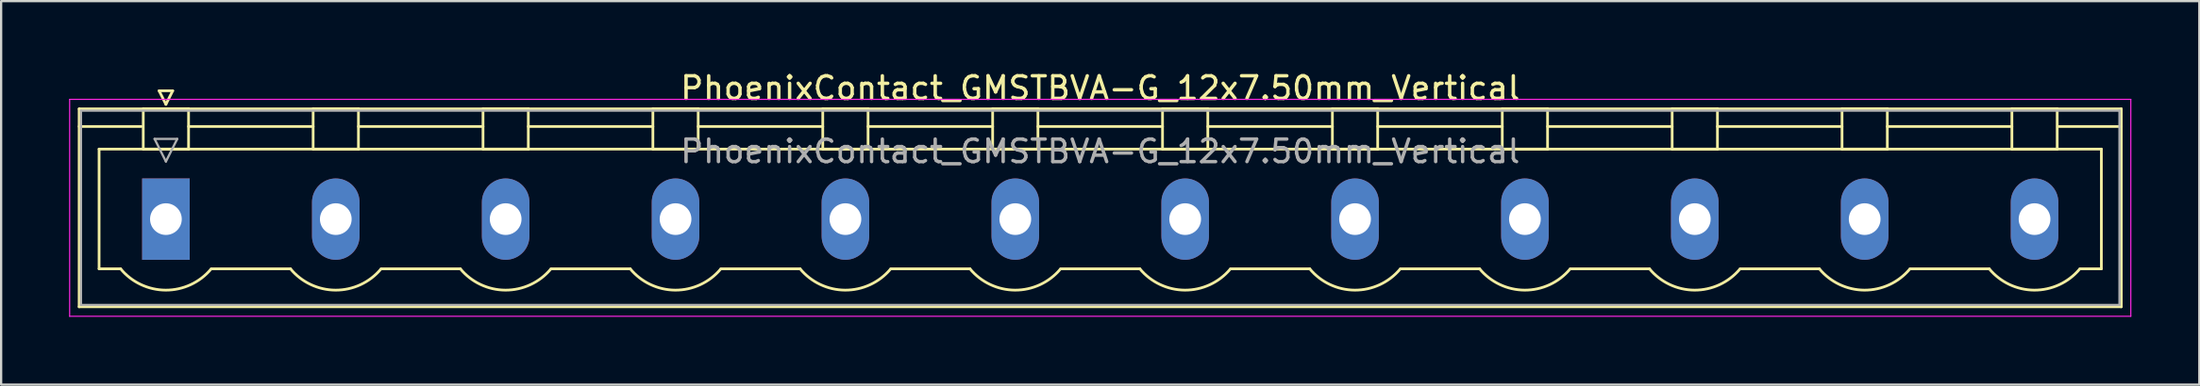
<source format=kicad_pcb>
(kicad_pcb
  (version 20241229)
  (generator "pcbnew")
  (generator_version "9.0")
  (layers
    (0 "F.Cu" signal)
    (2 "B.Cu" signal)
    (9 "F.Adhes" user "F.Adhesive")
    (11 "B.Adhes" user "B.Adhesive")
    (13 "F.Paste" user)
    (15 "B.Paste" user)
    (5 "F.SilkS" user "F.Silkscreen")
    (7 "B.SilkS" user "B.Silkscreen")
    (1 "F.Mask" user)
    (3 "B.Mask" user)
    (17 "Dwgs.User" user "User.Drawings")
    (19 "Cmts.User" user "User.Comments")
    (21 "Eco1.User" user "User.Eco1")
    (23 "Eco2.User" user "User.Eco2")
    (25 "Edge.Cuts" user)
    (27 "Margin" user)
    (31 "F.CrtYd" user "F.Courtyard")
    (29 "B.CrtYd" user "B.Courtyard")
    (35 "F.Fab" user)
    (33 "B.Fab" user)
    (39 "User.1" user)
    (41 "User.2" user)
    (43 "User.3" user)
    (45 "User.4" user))
  (footprint "PhoenixContact_GMSTBVA-G_12x7.50mm_Vertical"
    (layer "F.Cu")
    (at 4.275 6.648)
    (property "Reference" "PhoenixContact_GMSTBVA-G_12x7.50mm_Vertical" (at 41.25 -5.8 0) (layer "F.SilkS") (effects (font (size 1 1) (thickness 0.15))))
    (attr through_hole)
    (fp_line (start -3.83 -4.88) (end -3.83 3.88) (stroke (width 0.12) (type solid)) (layer "F.SilkS"))
    (fp_line (start -3.83 -4.1) (end -1.08 -4.1) (stroke (width 0.12) (type solid)) (layer "F.SilkS"))
    (fp_line (start -3.83 3.88) (end 86.33 3.88) (stroke (width 0.12) (type solid)) (layer "F.SilkS"))
    (fp_line (start -2.95 -3.1) (end 85.45 -3.1) (stroke (width 0.12) (type solid)) (layer "F.SilkS"))
    (fp_line (start -2.95 2.2) (end -2.95 -3.1) (stroke (width 0.12) (type solid)) (layer "F.SilkS"))
    (fp_line (start -2 2.2) (end -2.95 2.2) (stroke (width 0.12) (type solid)) (layer "F.SilkS"))
    (fp_line (start -1 -4.88) (end 1 -4.88) (stroke (width 0.12) (type solid)) (layer "F.SilkS"))
    (fp_line (start -1 -3.1) (end -1 -4.88) (stroke (width 0.12) (type solid)) (layer "F.SilkS"))
    (fp_line (start -0.3 -5.68) (end 0.3 -5.68) (stroke (width 0.12) (type solid)) (layer "F.SilkS"))
    (fp_line (start 0 -5.08) (end -0.3 -5.68) (stroke (width 0.12) (type solid)) (layer "F.SilkS"))
    (fp_line (start 0.3 -5.68) (end 0 -5.08) (stroke (width 0.12) (type solid)) (layer "F.SilkS"))
    (fp_line (start 1 -4.88) (end 1 -3.1) (stroke (width 0.12) (type solid)) (layer "F.SilkS"))
    (fp_line (start 1 -4.1) (end 6.5 -4.1) (stroke (width 0.12) (type solid)) (layer "F.SilkS"))
    (fp_line (start 1 -3.1) (end -1 -3.1) (stroke (width 0.12) (type solid)) (layer "F.SilkS"))
    (fp_line (start 2 2.2) (end 5.5 2.2) (stroke (width 0.12) (type solid)) (layer "F.SilkS"))
    (fp_line (start 6.5 -4.88) (end 8.5 -4.88) (stroke (width 0.12) (type solid)) (layer "F.SilkS"))
    (fp_line (start 6.5 -3.1) (end 6.5 -4.88) (stroke (width 0.12) (type solid)) (layer "F.SilkS"))
    (fp_line (start 8.5 -4.88) (end 8.5 -3.1) (stroke (width 0.12) (type solid)) (layer "F.SilkS"))
    (fp_line (start 8.5 -4.1) (end 14 -4.1) (stroke (width 0.12) (type solid)) (layer "F.SilkS"))
    (fp_line (start 8.5 -3.1) (end 6.5 -3.1) (stroke (width 0.12) (type solid)) (layer "F.SilkS"))
    (fp_line (start 9.5 2.2) (end 13 2.2) (stroke (width 0.12) (type solid)) (layer "F.SilkS"))
    (fp_line (start 14 -4.88) (end 16 -4.88) (stroke (width 0.12) (type solid)) (layer "F.SilkS"))
    (fp_line (start 14 -3.1) (end 14 -4.88) (stroke (width 0.12) (type solid)) (layer "F.SilkS"))
    (fp_line (start 16 -4.88) (end 16 -3.1) (stroke (width 0.12) (type solid)) (layer "F.SilkS"))
    (fp_line (start 16 -4.1) (end 21.5 -4.1) (stroke (width 0.12) (type solid)) (layer "F.SilkS"))
    (fp_line (start 16 -3.1) (end 14 -3.1) (stroke (width 0.12) (type solid)) (layer "F.SilkS"))
    (fp_line (start 17 2.2) (end 20.5 2.2) (stroke (width 0.12) (type solid)) (layer "F.SilkS"))
    (fp_line (start 21.5 -4.88) (end 23.5 -4.88) (stroke (width 0.12) (type solid)) (layer "F.SilkS"))
    (fp_line (start 21.5 -3.1) (end 21.5 -4.88) (stroke (width 0.12) (type solid)) (layer "F.SilkS"))
    (fp_line (start 23.5 -4.88) (end 23.5 -3.1) (stroke (width 0.12) (type solid)) (layer "F.SilkS"))
    (fp_line (start 23.5 -4.1) (end 29 -4.1) (stroke (width 0.12) (type solid)) (layer "F.SilkS"))
    (fp_line (start 23.5 -3.1) (end 21.5 -3.1) (stroke (width 0.12) (type solid)) (layer "F.SilkS"))
    (fp_line (start 24.5 2.2) (end 28 2.2) (stroke (width 0.12) (type solid)) (layer "F.SilkS"))
    (fp_line (start 29 -4.88) (end 31 -4.88) (stroke (width 0.12) (type solid)) (layer "F.SilkS"))
    (fp_line (start 29 -3.1) (end 29 -4.88) (stroke (width 0.12) (type solid)) (layer "F.SilkS"))
    (fp_line (start 31 -4.88) (end 31 -3.1) (stroke (width 0.12) (type solid)) (layer "F.SilkS"))
    (fp_line (start 31 -4.1) (end 36.5 -4.1) (stroke (width 0.12) (type solid)) (layer "F.SilkS"))
    (fp_line (start 31 -3.1) (end 29 -3.1) (stroke (width 0.12) (type solid)) (layer "F.SilkS"))
    (fp_line (start 32 2.2) (end 35.5 2.2) (stroke (width 0.12) (type solid)) (layer "F.SilkS"))
    (fp_line (start 36.5 -4.88) (end 38.5 -4.88) (stroke (width 0.12) (type solid)) (layer "F.SilkS"))
    (fp_line (start 36.5 -3.1) (end 36.5 -4.88) (stroke (width 0.12) (type solid)) (layer "F.SilkS"))
    (fp_line (start 38.5 -4.88) (end 38.5 -3.1) (stroke (width 0.12) (type solid)) (layer "F.SilkS"))
    (fp_line (start 38.5 -4.1) (end 44 -4.1) (stroke (width 0.12) (type solid)) (layer "F.SilkS"))
    (fp_line (start 38.5 -3.1) (end 36.5 -3.1) (stroke (width 0.12) (type solid)) (layer "F.SilkS"))
    (fp_line (start 39.5 2.2) (end 43 2.2) (stroke (width 0.12) (type solid)) (layer "F.SilkS"))
    (fp_line (start 44 -4.88) (end 46 -4.88) (stroke (width 0.12) (type solid)) (layer "F.SilkS"))
    (fp_line (start 44 -3.1) (end 44 -4.88) (stroke (width 0.12) (type solid)) (layer "F.SilkS"))
    (fp_line (start 46 -4.88) (end 46 -3.1) (stroke (width 0.12) (type solid)) (layer "F.SilkS"))
    (fp_line (start 46 -4.1) (end 51.5 -4.1) (stroke (width 0.12) (type solid)) (layer "F.SilkS"))
    (fp_line (start 46 -3.1) (end 44 -3.1) (stroke (width 0.12) (type solid)) (layer "F.SilkS"))
    (fp_line (start 47 2.2) (end 50.5 2.2) (stroke (width 0.12) (type solid)) (layer "F.SilkS"))
    (fp_line (start 51.5 -4.88) (end 53.5 -4.88) (stroke (width 0.12) (type solid)) (layer "F.SilkS"))
    (fp_line (start 51.5 -3.1) (end 51.5 -4.88) (stroke (width 0.12) (type solid)) (layer "F.SilkS"))
    (fp_line (start 53.5 -4.88) (end 53.5 -3.1) (stroke (width 0.12) (type solid)) (layer "F.SilkS"))
    (fp_line (start 53.5 -4.1) (end 59 -4.1) (stroke (width 0.12) (type solid)) (layer "F.SilkS"))
    (fp_line (start 53.5 -3.1) (end 51.5 -3.1) (stroke (width 0.12) (type solid)) (layer "F.SilkS"))
    (fp_line (start 54.5 2.2) (end 58 2.2) (stroke (width 0.12) (type solid)) (layer "F.SilkS"))
    (fp_line (start 59 -4.88) (end 61 -4.88) (stroke (width 0.12) (type solid)) (layer "F.SilkS"))
    (fp_line (start 59 -3.1) (end 59 -4.88) (stroke (width 0.12) (type solid)) (layer "F.SilkS"))
    (fp_line (start 61 -4.88) (end 61 -3.1) (stroke (width 0.12) (type solid)) (layer "F.SilkS"))
    (fp_line (start 61 -4.1) (end 66.5 -4.1) (stroke (width 0.12) (type solid)) (layer "F.SilkS"))
    (fp_line (start 61 -3.1) (end 59 -3.1) (stroke (width 0.12) (type solid)) (layer "F.SilkS"))
    (fp_line (start 62 2.2) (end 65.5 2.2) (stroke (width 0.12) (type solid)) (layer "F.SilkS"))
    (fp_line (start 66.5 -4.88) (end 68.5 -4.88) (stroke (width 0.12) (type solid)) (layer "F.SilkS"))
    (fp_line (start 66.5 -3.1) (end 66.5 -4.88) (stroke (width 0.12) (type solid)) (layer "F.SilkS"))
    (fp_line (start 68.5 -4.88) (end 68.5 -3.1) (stroke (width 0.12) (type solid)) (layer "F.SilkS"))
    (fp_line (start 68.5 -4.1) (end 74 -4.1) (stroke (width 0.12) (type solid)) (layer "F.SilkS"))
    (fp_line (start 68.5 -3.1) (end 66.5 -3.1) (stroke (width 0.12) (type solid)) (layer "F.SilkS"))
    (fp_line (start 69.5 2.2) (end 73 2.2) (stroke (width 0.12) (type solid)) (layer "F.SilkS"))
    (fp_line (start 74 -4.88) (end 76 -4.88) (stroke (width 0.12) (type solid)) (layer "F.SilkS"))
    (fp_line (start 74 -3.1) (end 74 -4.88) (stroke (width 0.12) (type solid)) (layer "F.SilkS"))
    (fp_line (start 76 -4.88) (end 76 -3.1) (stroke (width 0.12) (type solid)) (layer "F.SilkS"))
    (fp_line (start 76 -4.1) (end 81.5 -4.1) (stroke (width 0.12) (type solid)) (layer "F.SilkS"))
    (fp_line (start 76 -3.1) (end 74 -3.1) (stroke (width 0.12) (type solid)) (layer "F.SilkS"))
    (fp_line (start 77 2.2) (end 80.5 2.2) (stroke (width 0.12) (type solid)) (layer "F.SilkS"))
    (fp_line (start 81.5 -4.88) (end 83.5 -4.88) (stroke (width 0.12) (type solid)) (layer "F.SilkS"))
    (fp_line (start 81.5 -3.1) (end 81.5 -4.88) (stroke (width 0.12) (type solid)) (layer "F.SilkS"))
    (fp_line (start 83.5 -4.88) (end 83.5 -3.1) (stroke (width 0.12) (type solid)) (layer "F.SilkS"))
    (fp_line (start 83.5 -3.1) (end 81.5 -3.1) (stroke (width 0.12) (type solid)) (layer "F.SilkS"))
    (fp_line (start 85.45 -3.1) (end 85.45 2.2) (stroke (width 0.12) (type solid)) (layer "F.SilkS"))
    (fp_line (start 85.45 2.2) (end 84.5 2.2) (stroke (width 0.12) (type solid)) (layer "F.SilkS"))
    (fp_line (start 86.33 -4.88) (end -3.83 -4.88) (stroke (width 0.12) (type solid)) (layer "F.SilkS"))
    (fp_line (start 86.33 -4.1) (end 83.58 -4.1) (stroke (width 0.12) (type solid)) (layer "F.SilkS"))
    (fp_line (start 86.33 3.88) (end 86.33 -4.88) (stroke (width 0.12) (type solid)) (layer "F.SilkS"))
    (fp_arc (start 1.986842 2.215821) (mid -0.010289 3.142758) (end -2 2.2) (stroke (width 0.12) (type solid)) (layer "F.SilkS"))
    (fp_arc (start 9.486842 2.215821) (mid 7.489711 3.142758) (end 5.5 2.2) (stroke (width 0.12) (type solid)) (layer "F.SilkS"))
    (fp_arc (start 16.986842 2.215821) (mid 14.989711 3.142758) (end 13 2.2) (stroke (width 0.12) (type solid)) (layer "F.SilkS"))
    (fp_arc (start 24.486842 2.215821) (mid 22.489711 3.142758) (end 20.5 2.2) (stroke (width 0.12) (type solid)) (layer "F.SilkS"))
    (fp_arc (start 31.986842 2.215821) (mid 29.989711 3.142758) (end 28 2.2) (stroke (width 0.12) (type solid)) (layer "F.SilkS"))
    (fp_arc (start 39.486842 2.215821) (mid 37.489711 3.142758) (end 35.5 2.2) (stroke (width 0.12) (type solid)) (layer "F.SilkS"))
    (fp_arc (start 46.986842 2.215821) (mid 44.989711 3.142758) (end 43 2.2) (stroke (width 0.12) (type solid)) (layer "F.SilkS"))
    (fp_arc (start 54.486842 2.215821) (mid 52.489711 3.142758) (end 50.5 2.2) (stroke (width 0.12) (type solid)) (layer "F.SilkS"))
    (fp_arc (start 61.986842 2.215821) (mid 59.989711 3.142758) (end 58 2.2) (stroke (width 0.12) (type solid)) (layer "F.SilkS"))
    (fp_arc (start 69.486842 2.215821) (mid 67.489711 3.142758) (end 65.5 2.2) (stroke (width 0.12) (type solid)) (layer "F.SilkS"))
    (fp_arc (start 76.986842 2.215821) (mid 74.989711 3.142758) (end 73 2.2) (stroke (width 0.12) (type solid)) (layer "F.SilkS"))
    (fp_arc (start 84.486842 2.215821) (mid 82.489711 3.142758) (end 80.5 2.2) (stroke (width 0.12) (type solid)) (layer "F.SilkS"))
    (fp_line (start -4.25 -5.3) (end -4.25 4.3) (stroke (width 0.05) (type solid)) (layer "F.CrtYd"))
    (fp_line (start -4.25 4.3) (end 86.75 4.3) (stroke (width 0.05) (type solid)) (layer "F.CrtYd"))
    (fp_line (start 86.75 -5.3) (end -4.25 -5.3) (stroke (width 0.05) (type solid)) (layer "F.CrtYd"))
    (fp_line (start 86.75 4.3) (end 86.75 -5.3) (stroke (width 0.05) (type solid)) (layer "F.CrtYd"))
    (fp_line (start -3.75 -4.8) (end -3.75 3.8) (stroke (width 0.1) (type solid)) (layer "F.Fab"))
    (fp_line (start -3.75 3.8) (end 86.25 3.8) (stroke (width 0.1) (type solid)) (layer "F.Fab"))
    (fp_line (start -0.5 -3.55) (end 0.5 -3.55) (stroke (width 0.1) (type solid)) (layer "F.Fab"))
    (fp_line (start 0 -2.55) (end -0.5 -3.55) (stroke (width 0.1) (type solid)) (layer "F.Fab"))
    (fp_line (start 0.5 -3.55) (end 0 -2.55) (stroke (width 0.1) (type solid)) (layer "F.Fab"))
    (fp_line (start 86.25 -4.8) (end -3.75 -4.8) (stroke (width 0.1) (type solid)) (layer "F.Fab"))
    (fp_line (start 86.25 3.8) (end 86.25 -4.8) (stroke (width 0.1) (type solid)) (layer "F.Fab"))
    (fp_text user "${REFERENCE}" (at 41.25 -3 0) (layer "F.Fab") (effects (font (size 1 1) (thickness 0.15))))
    (pad "1" thru_hole rect (at 0 0) (size 2.1 3.6) (drill 1.4) (layers "*.Cu" "*.Mask"))
    (pad "2" thru_hole oval (at 7.5 0) (size 2.1 3.6) (drill 1.4) (layers "*.Cu" "*.Mask"))
    (pad "3" thru_hole oval (at 15 0) (size 2.1 3.6) (drill 1.4) (layers "*.Cu" "*.Mask"))
    (pad "4" thru_hole oval (at 22.5 0) (size 2.1 3.6) (drill 1.4) (layers "*.Cu" "*.Mask"))
    (pad "5" thru_hole oval (at 30 0) (size 2.1 3.6) (drill 1.4) (layers "*.Cu" "*.Mask"))
    (pad "6" thru_hole oval (at 37.5 0) (size 2.1 3.6) (drill 1.4) (layers "*.Cu" "*.Mask"))
    (pad "7" thru_hole oval (at 45 0) (size 2.1 3.6) (drill 1.4) (layers "*.Cu" "*.Mask"))
    (pad "8" thru_hole oval (at 52.5 0) (size 2.1 3.6) (drill 1.4) (layers "*.Cu" "*.Mask"))
    (pad "9" thru_hole oval (at 60 0) (size 2.1 3.6) (drill 1.4) (layers "*.Cu" "*.Mask"))
    (pad "10" thru_hole oval (at 67.5 0) (size 2.1 3.6) (drill 1.4) (layers "*.Cu" "*.Mask"))
    (pad "11" thru_hole oval (at 75 0) (size 2.1 3.6) (drill 1.4) (layers "*.Cu" "*.Mask"))
    (pad "12" thru_hole oval (at 82.5 0) (size 2.1 3.6) (drill 1.4) (layers "*.Cu" "*.Mask")))
  (gr_rect
    (start -3 -3)
    (end 94.05 13.973)
    (stroke (width 0.1) (type default))
    (fill no)
    (layer "Edge.Cuts")))
</source>
